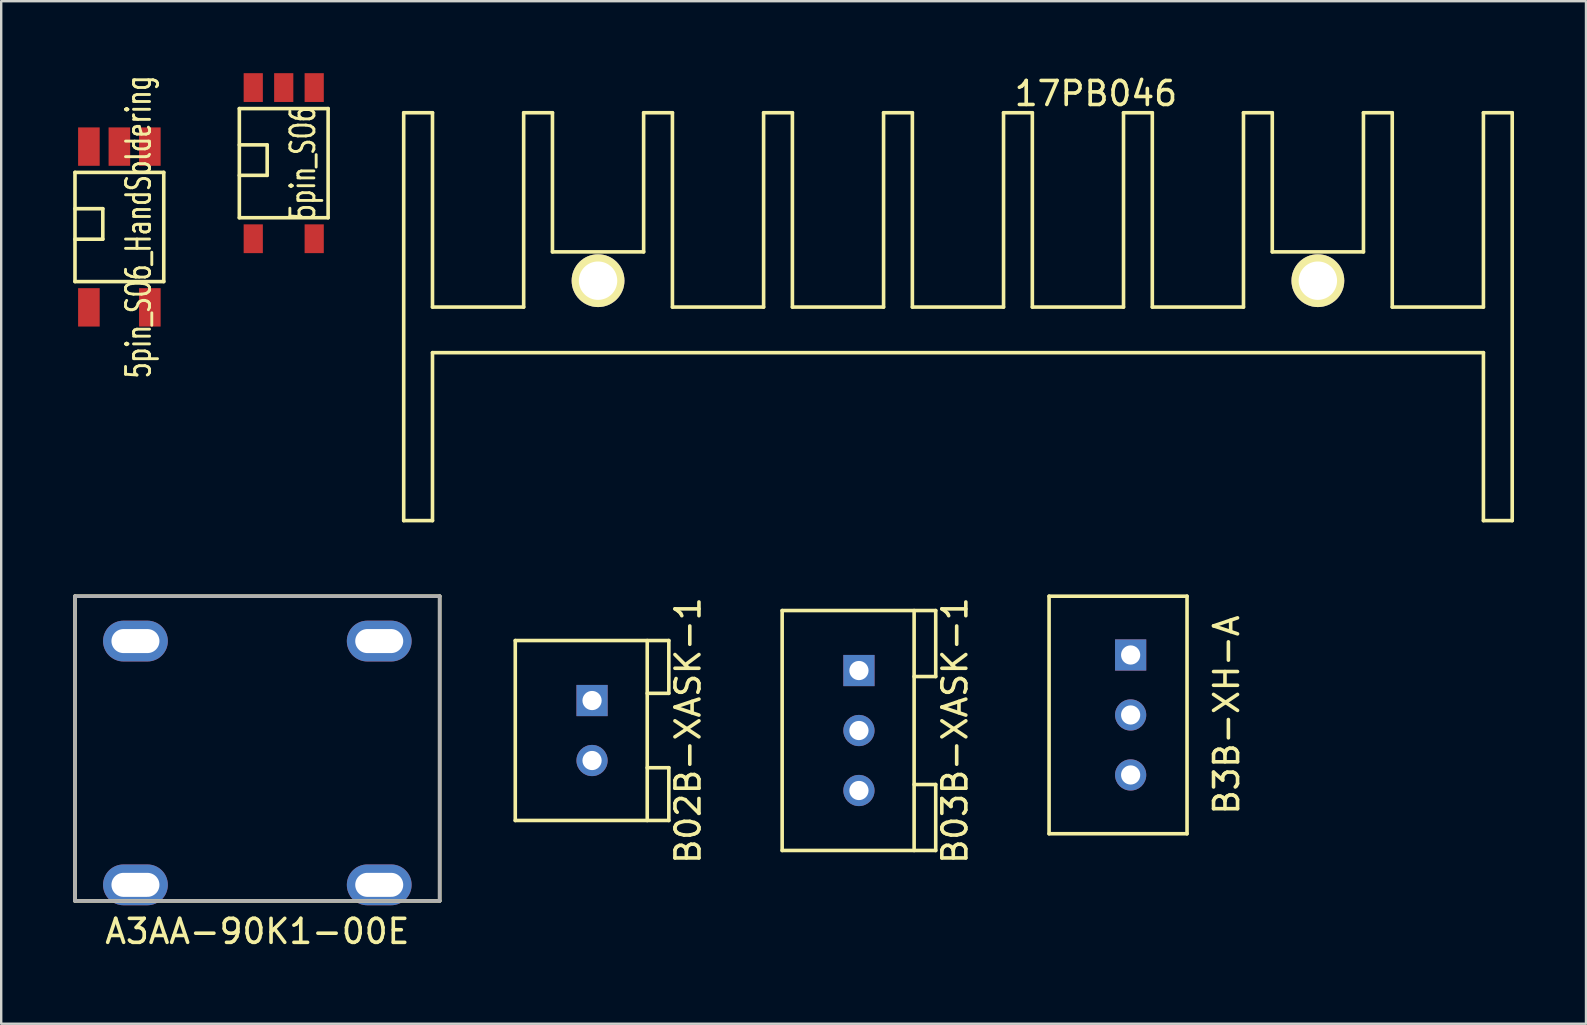
<source format=kicad_pcb>
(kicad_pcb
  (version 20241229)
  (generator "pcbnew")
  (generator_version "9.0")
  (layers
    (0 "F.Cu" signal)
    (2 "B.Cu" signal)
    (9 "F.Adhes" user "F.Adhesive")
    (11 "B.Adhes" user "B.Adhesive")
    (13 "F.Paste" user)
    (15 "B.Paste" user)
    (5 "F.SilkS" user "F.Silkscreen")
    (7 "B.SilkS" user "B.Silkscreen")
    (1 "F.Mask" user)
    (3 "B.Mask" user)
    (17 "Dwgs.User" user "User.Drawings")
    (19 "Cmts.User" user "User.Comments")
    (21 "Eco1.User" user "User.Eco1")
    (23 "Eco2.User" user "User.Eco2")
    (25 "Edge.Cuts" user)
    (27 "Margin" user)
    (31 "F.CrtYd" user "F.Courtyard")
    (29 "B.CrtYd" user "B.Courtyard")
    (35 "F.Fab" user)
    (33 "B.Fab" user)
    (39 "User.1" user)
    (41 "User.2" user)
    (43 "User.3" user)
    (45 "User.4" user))
  (footprint "17PB046"
    (layer "F.Cu")
    (at 36.875 11.648)
    (property "Reference" "17PB046" (at 5.75 -10.8 0) (layer "F.SilkS") (effects (font (size 1 1) (thickness 0.15))))
    (attr through_hole)
    (fp_line (start -23.1 -10) (end -23.1 7) (stroke (width 0.15) (type solid)) (layer "F.SilkS"))
    (fp_line (start -21.9 -10) (end -23.1 -10) (stroke (width 0.15) (type solid)) (layer "F.SilkS"))
    (fp_line (start -21.9 -1.9) (end -21.9 -10) (stroke (width 0.15) (type solid)) (layer "F.SilkS"))
    (fp_line (start -21.9 0) (end -21.9 7) (stroke (width 0.15) (type solid)) (layer "F.SilkS"))
    (fp_line (start -21.9 0) (end 21.9 0) (stroke (width 0.15) (type solid)) (layer "F.SilkS"))
    (fp_line (start -21.9 7) (end -23.1 7) (stroke (width 0.15) (type solid)) (layer "F.SilkS"))
    (fp_line (start -18.1 -10) (end -18.1 -1.9) (stroke (width 0.15) (type solid)) (layer "F.SilkS"))
    (fp_line (start -18.1 -1.9) (end -21.9 -1.9) (stroke (width 0.15) (type solid)) (layer "F.SilkS"))
    (fp_line (start -16.9 -10) (end -18.1 -10) (stroke (width 0.15) (type solid)) (layer "F.SilkS"))
    (fp_line (start -16.9 -4.2) (end -16.9 -10) (stroke (width 0.15) (type solid)) (layer "F.SilkS"))
    (fp_line (start -13.1 -10) (end -13.1 -4.2) (stroke (width 0.15) (type solid)) (layer "F.SilkS"))
    (fp_line (start -13.1 -4.2) (end -16.9 -4.2) (stroke (width 0.15) (type solid)) (layer "F.SilkS"))
    (fp_line (start -11.9 -10) (end -13.1 -10) (stroke (width 0.15) (type solid)) (layer "F.SilkS"))
    (fp_line (start -11.9 -1.9) (end -11.9 -10) (stroke (width 0.15) (type solid)) (layer "F.SilkS"))
    (fp_line (start -8.1 -10) (end -8.1 -1.9) (stroke (width 0.15) (type solid)) (layer "F.SilkS"))
    (fp_line (start -8.1 -1.9) (end -11.9 -1.9) (stroke (width 0.15) (type solid)) (layer "F.SilkS"))
    (fp_line (start -6.9 -10) (end -8.1 -10) (stroke (width 0.15) (type solid)) (layer "F.SilkS"))
    (fp_line (start -6.9 -1.9) (end -6.9 -10) (stroke (width 0.15) (type solid)) (layer "F.SilkS"))
    (fp_line (start -3.1 -10) (end -3.1 -1.9) (stroke (width 0.15) (type solid)) (layer "F.SilkS"))
    (fp_line (start -3.1 -1.9) (end -6.9 -1.9) (stroke (width 0.15) (type solid)) (layer "F.SilkS"))
    (fp_line (start -1.9 -10) (end -3.1 -10) (stroke (width 0.15) (type solid)) (layer "F.SilkS"))
    (fp_line (start -1.9 -1.9) (end -1.9 -10) (stroke (width 0.15) (type solid)) (layer "F.SilkS"))
    (fp_line (start 1.9 -10) (end 1.9 -1.9) (stroke (width 0.15) (type solid)) (layer "F.SilkS"))
    (fp_line (start 1.9 -1.9) (end -1.9 -1.9) (stroke (width 0.15) (type solid)) (layer "F.SilkS"))
    (fp_line (start 3.1 -10) (end 1.9 -10) (stroke (width 0.15) (type solid)) (layer "F.SilkS"))
    (fp_line (start 3.1 -1.9) (end 3.1 -10) (stroke (width 0.15) (type solid)) (layer "F.SilkS"))
    (fp_line (start 6.9 -10) (end 6.9 -1.9) (stroke (width 0.15) (type solid)) (layer "F.SilkS"))
    (fp_line (start 6.9 -1.9) (end 3.1 -1.9) (stroke (width 0.15) (type solid)) (layer "F.SilkS"))
    (fp_line (start 8.1 -10) (end 6.9 -10) (stroke (width 0.15) (type solid)) (layer "F.SilkS"))
    (fp_line (start 8.1 -1.9) (end 8.1 -10) (stroke (width 0.15) (type solid)) (layer "F.SilkS"))
    (fp_line (start 11.9 -10) (end 11.9 -1.9) (stroke (width 0.15) (type solid)) (layer "F.SilkS"))
    (fp_line (start 11.9 -1.9) (end 8.1 -1.9) (stroke (width 0.15) (type solid)) (layer "F.SilkS"))
    (fp_line (start 13.1 -10) (end 11.9 -10) (stroke (width 0.15) (type solid)) (layer "F.SilkS"))
    (fp_line (start 13.1 -4.2) (end 13.1 -10) (stroke (width 0.15) (type solid)) (layer "F.SilkS"))
    (fp_line (start 16.9 -10) (end 16.9 -4.2) (stroke (width 0.15) (type solid)) (layer "F.SilkS"))
    (fp_line (start 16.9 -4.2) (end 13.1 -4.2) (stroke (width 0.15) (type solid)) (layer "F.SilkS"))
    (fp_line (start 18.1 -10) (end 16.9 -10) (stroke (width 0.15) (type solid)) (layer "F.SilkS"))
    (fp_line (start 18.1 -1.9) (end 18.1 -10) (stroke (width 0.15) (type solid)) (layer "F.SilkS"))
    (fp_line (start 21.9 -10) (end 21.9 -1.9) (stroke (width 0.15) (type solid)) (layer "F.SilkS"))
    (fp_line (start 21.9 -1.9) (end 18.1 -1.9) (stroke (width 0.15) (type solid)) (layer "F.SilkS"))
    (fp_line (start 21.9 0) (end 21.9 7) (stroke (width 0.15) (type solid)) (layer "F.SilkS"))
    (fp_line (start 21.9 7) (end 23.1 7) (stroke (width 0.15) (type solid)) (layer "F.SilkS"))
    (fp_line (start 23.1 -10) (end 21.9 -10) (stroke (width 0.15) (type solid)) (layer "F.SilkS"))
    (fp_line (start 23.1 7) (end 23.1 -10) (stroke (width 0.15) (type solid)) (layer "F.SilkS"))
    (pad "1" thru_hole circle (at -15 -3) (size 2.2 2.2) (drill 1.6) (layers "*.Cu" "*.Mask" "F.SilkS"))
    (pad "1" thru_hole circle (at 15 -3) (size 2.2 2.2) (drill 1.6) (layers "*.Cu" "*.Mask" "F.SilkS")))
  (footprint "B02B-XASK-1"
    (layer "F.Cu")
    (at 21.625 27.396)
    (property "Reference" "B02B-XASK-1" (at 4 0 90) (layer "F.SilkS") (effects (font (size 1 1) (thickness 0.15))))
    (attr through_hole)
    (fp_line (start -3.2 -3.75) (end 3.2 -3.75) (stroke (width 0.15) (type solid)) (layer "F.SilkS"))
    (fp_line (start -3.2 3.75) (end -3.2 -3.75) (stroke (width 0.15) (type solid)) (layer "F.SilkS"))
    (fp_line (start 2.3 -3.75) (end 2.3 3.75) (stroke (width 0.15) (type solid)) (layer "F.SilkS"))
    (fp_line (start 2.3 1.55) (end 3.2 1.55) (stroke (width 0.15) (type solid)) (layer "F.SilkS"))
    (fp_line (start 3.2 -3.75) (end 3.2 -1.55) (stroke (width 0.15) (type solid)) (layer "F.SilkS"))
    (fp_line (start 3.2 -1.55) (end 2.3 -1.55) (stroke (width 0.15) (type solid)) (layer "F.SilkS"))
    (fp_line (start 3.2 1.55) (end 3.2 3.75) (stroke (width 0.15) (type solid)) (layer "F.SilkS"))
    (fp_line (start 3.2 3.75) (end -3.2 3.75) (stroke (width 0.15) (type solid)) (layer "F.SilkS"))
    (pad "1" thru_hole rect (at 0 -1.25) (size 1.3 1.3) (drill 0.8) (layers "*.Cu" "*.Mask"))
    (pad "2" thru_hole circle (at 0 1.25) (size 1.3 1.3) (drill 0.8) (layers "*.Cu" "*.Mask")))
  (footprint "5pin_SO6"
    (layer "F.Cu")
    (at 8.775 3.75)
    (property "Reference" "5pin_SO6" (at 0.8 0 90) (layer "F.SilkS") (effects (font (size 1 0.68) (thickness 0.12))))
    (attr smd)
    (fp_line (start -1.85 -2.275) (end 1.85 -2.275) (stroke (width 0.15) (type solid)) (layer "F.SilkS"))
    (fp_line (start -1.85 -0.762) (end -0.69 -0.762) (stroke (width 0.15) (type solid)) (layer "F.SilkS"))
    (fp_line (start -1.85 2.275) (end -1.85 -2.275) (stroke (width 0.15) (type solid)) (layer "F.SilkS"))
    (fp_line (start -1.85 2.275) (end 1.85 2.275) (stroke (width 0.15) (type solid)) (layer "F.SilkS"))
    (fp_line (start -0.69 -0.762) (end -0.69 0.508) (stroke (width 0.15) (type solid)) (layer "F.SilkS"))
    (fp_line (start -0.69 0.508) (end -1.85 0.508) (stroke (width 0.15) (type solid)) (layer "F.SilkS"))
    (fp_line (start 1.85 -2.275) (end 1.85 2.275) (stroke (width 0.15) (type solid)) (layer "F.SilkS"))
    (pad "1" smd rect (at -1.27 3.15) (size 0.8 1.2) (layers "F.Cu" "F.Mask" "F.Paste"))
    (pad "3" smd rect (at 1.27 3.15) (size 0.8 1.2) (layers "F.Cu" "F.Mask" "F.Paste"))
    (pad "4" smd rect (at 1.27 -3.15) (size 0.8 1.2) (layers "F.Cu" "F.Mask" "F.Paste"))
    (pad "5" smd rect (at 0 -3.15) (size 0.8 1.2) (layers "F.Cu" "F.Mask" "F.Paste"))
    (pad "6" smd rect (at -1.27 -3.15) (size 0.8 1.2) (layers "F.Cu" "F.Mask" "F.Paste")))
  (footprint "B3B-XH-A"
    (layer "F.Cu")
    (at 44.072 26.748)
    (property "Reference" "B3B-XH-A" (at 4 0 90) (layer "F.SilkS") (effects (font (size 1 1) (thickness 0.15))))
    (attr through_hole)
    (fp_line (start -3.4 -4.95) (end -3.4 4.95) (stroke (width 0.15) (type solid)) (layer "F.SilkS"))
    (fp_line (start -3.4 -4.95) (end 2.35 -4.95) (stroke (width 0.15) (type solid)) (layer "F.SilkS"))
    (fp_line (start -3.4 4.95) (end 2.35 4.95) (stroke (width 0.15) (type solid)) (layer "F.SilkS"))
    (fp_line (start 2.35 -4.95) (end 2.35 4.95) (stroke (width 0.15) (type solid)) (layer "F.SilkS"))
    (pad "1" thru_hole rect (at 0 -2.5) (size 1.3 1.3) (drill 0.8) (layers "*.Cu" "*.Mask"))
    (pad "2" thru_hole circle (at 0 0) (size 1.3 1.3) (drill 0.8) (layers "*.Cu" "*.Mask"))
    (pad "3" thru_hole circle (at 0 2.5) (size 1.3 1.3) (drill 0.8) (layers "*.Cu" "*.Mask")))
  (footprint "A3AA-90K1-00E"
    (layer "F.Cu")
    (at 7.675 28.148)
    (property "Reference" "A3AA-90K1-00E" (at 0 7.62 0) (layer "F.SilkS") (effects (font (size 1 1) (thickness 0.15))))
    (attr through_hole)
    (fp_line (start -7.6 -6.35) (end -7.6 6.35) (stroke (width 0.15) (type solid)) (layer "F.SilkS"))
    (fp_line (start -7.6 -6.35) (end 7.6 -6.35) (stroke (width 0.15) (type solid)) (layer "F.SilkS"))
    (fp_line (start -7.6 6.35) (end 7.6 6.35) (stroke (width 0.15) (type solid)) (layer "F.SilkS"))
    (fp_line (start 7.6 -6.35) (end 7.6 6.35) (stroke (width 0.15) (type solid)) (layer "F.SilkS"))
    (fp_line (start -7.6 -6.35) (end -7.6 6.35) (stroke (width 0.15) (type solid)) (layer "F.Fab"))
    (fp_line (start -7.6 -6.35) (end 7.6 -6.35) (stroke (width 0.15) (type solid)) (layer "F.Fab"))
    (fp_line (start -7.6 6.35) (end 7.6 6.35) (stroke (width 0.15) (type solid)) (layer "F.Fab"))
    (fp_line (start 7.6 -6.35) (end 7.6 6.35) (stroke (width 0.15) (type solid)) (layer "F.Fab"))
    (pad "1" thru_hole oval (at -5.08 -4.48) (size 2.7 1.7) (drill oval 2 1) (layers "*.Cu" "*.Mask"))
    (pad "2" thru_hole oval (at 5.08 -4.48) (size 2.7 1.7) (drill oval 2 1) (layers "*.Cu" "*.Mask"))
    (pad "3" thru_hole oval (at -5.08 5.68) (size 2.7 1.7) (drill oval 2 1) (layers "*.Cu" "*.Mask"))
    (pad "4" thru_hole oval (at 5.08 5.68) (size 2.7 1.7) (drill oval 2 1) (layers "*.Cu" "*.Mask")))
  (footprint "5pin_SO6_HandSoldering"
    (layer "F.Cu")
    (at 1.925 6.41)
    (property "Reference" "5pin_SO6_HandSoldering" (at 0.8 0 90) (layer "F.SilkS") (effects (font (size 1 0.68) (thickness 0.12))))
    (attr smd)
    (fp_line (start -1.85 -2.275) (end 1.85 -2.275) (stroke (width 0.15) (type solid)) (layer "F.SilkS"))
    (fp_line (start -1.85 -0.762) (end -0.69 -0.762) (stroke (width 0.15) (type solid)) (layer "F.SilkS"))
    (fp_line (start -1.85 2.275) (end -1.85 -2.275) (stroke (width 0.15) (type solid)) (layer "F.SilkS"))
    (fp_line (start -1.85 2.275) (end 1.85 2.275) (stroke (width 0.15) (type solid)) (layer "F.SilkS"))
    (fp_line (start -0.69 -0.762) (end -0.69 0.508) (stroke (width 0.15) (type solid)) (layer "F.SilkS"))
    (fp_line (start -0.69 0.508) (end -1.85 0.508) (stroke (width 0.15) (type solid)) (layer "F.SilkS"))
    (fp_line (start 1.85 -2.275) (end 1.85 2.275) (stroke (width 0.15) (type solid)) (layer "F.SilkS"))
    (pad "1" smd rect (at -1.27 3.35) (size 0.9 1.6) (layers "F.Cu" "F.Mask" "F.Paste"))
    (pad "3" smd rect (at 1.27 3.35) (size 0.9 1.6) (layers "F.Cu" "F.Mask" "F.Paste"))
    (pad "4" smd rect (at 1.27 -3.35) (size 0.9 1.6) (layers "F.Cu" "F.Mask" "F.Paste"))
    (pad "5" smd rect (at 0 -3.35) (size 0.9 1.6) (layers "F.Cu" "F.Mask" "F.Paste"))
    (pad "6" smd rect (at -1.27 -3.35) (size 0.9 1.6) (layers "F.Cu" "F.Mask" "F.Paste")))
  (footprint "B03B-XASK-1"
    (layer "F.Cu")
    (at 32.748 27.396)
    (property "Reference" "B03B-XASK-1" (at 4 0 90) (layer "F.SilkS") (effects (font (size 1 1) (thickness 0.15))))
    (attr through_hole)
    (fp_line (start -3.2 -5) (end -3.2 5) (stroke (width 0.15) (type solid)) (layer "F.SilkS"))
    (fp_line (start -3.2 -5) (end 3.2 -5) (stroke (width 0.15) (type solid)) (layer "F.SilkS"))
    (fp_line (start 2.3 -5) (end 2.3 5) (stroke (width 0.15) (type solid)) (layer "F.SilkS"))
    (fp_line (start 2.3 2.25) (end 3.2 2.25) (stroke (width 0.15) (type solid)) (layer "F.SilkS"))
    (fp_line (start 3.2 -5) (end 3.2 -2.25) (stroke (width 0.15) (type solid)) (layer "F.SilkS"))
    (fp_line (start 3.2 -2.25) (end 2.3 -2.25) (stroke (width 0.15) (type solid)) (layer "F.SilkS"))
    (fp_line (start 3.2 2.25) (end 3.2 5) (stroke (width 0.15) (type solid)) (layer "F.SilkS"))
    (fp_line (start 3.2 5) (end -3.2 5) (stroke (width 0.15) (type solid)) (layer "F.SilkS"))
    (pad "1" thru_hole rect (at 0 -2.5) (size 1.3 1.3) (drill 0.8) (layers "*.Cu" "*.Mask"))
    (pad "2" thru_hole circle (at 0 0) (size 1.3 1.3) (drill 0.8) (layers "*.Cu" "*.Mask"))
    (pad "3" thru_hole circle (at 0 2.5) (size 1.3 1.3) (drill 0.8) (layers "*.Cu" "*.Mask")))
  (gr_rect
    (start -3 -3)
    (end 63.05 39.617)
    (stroke (width 0.1) (type default))
    (fill no)
    (layer "Edge.Cuts")))
</source>
